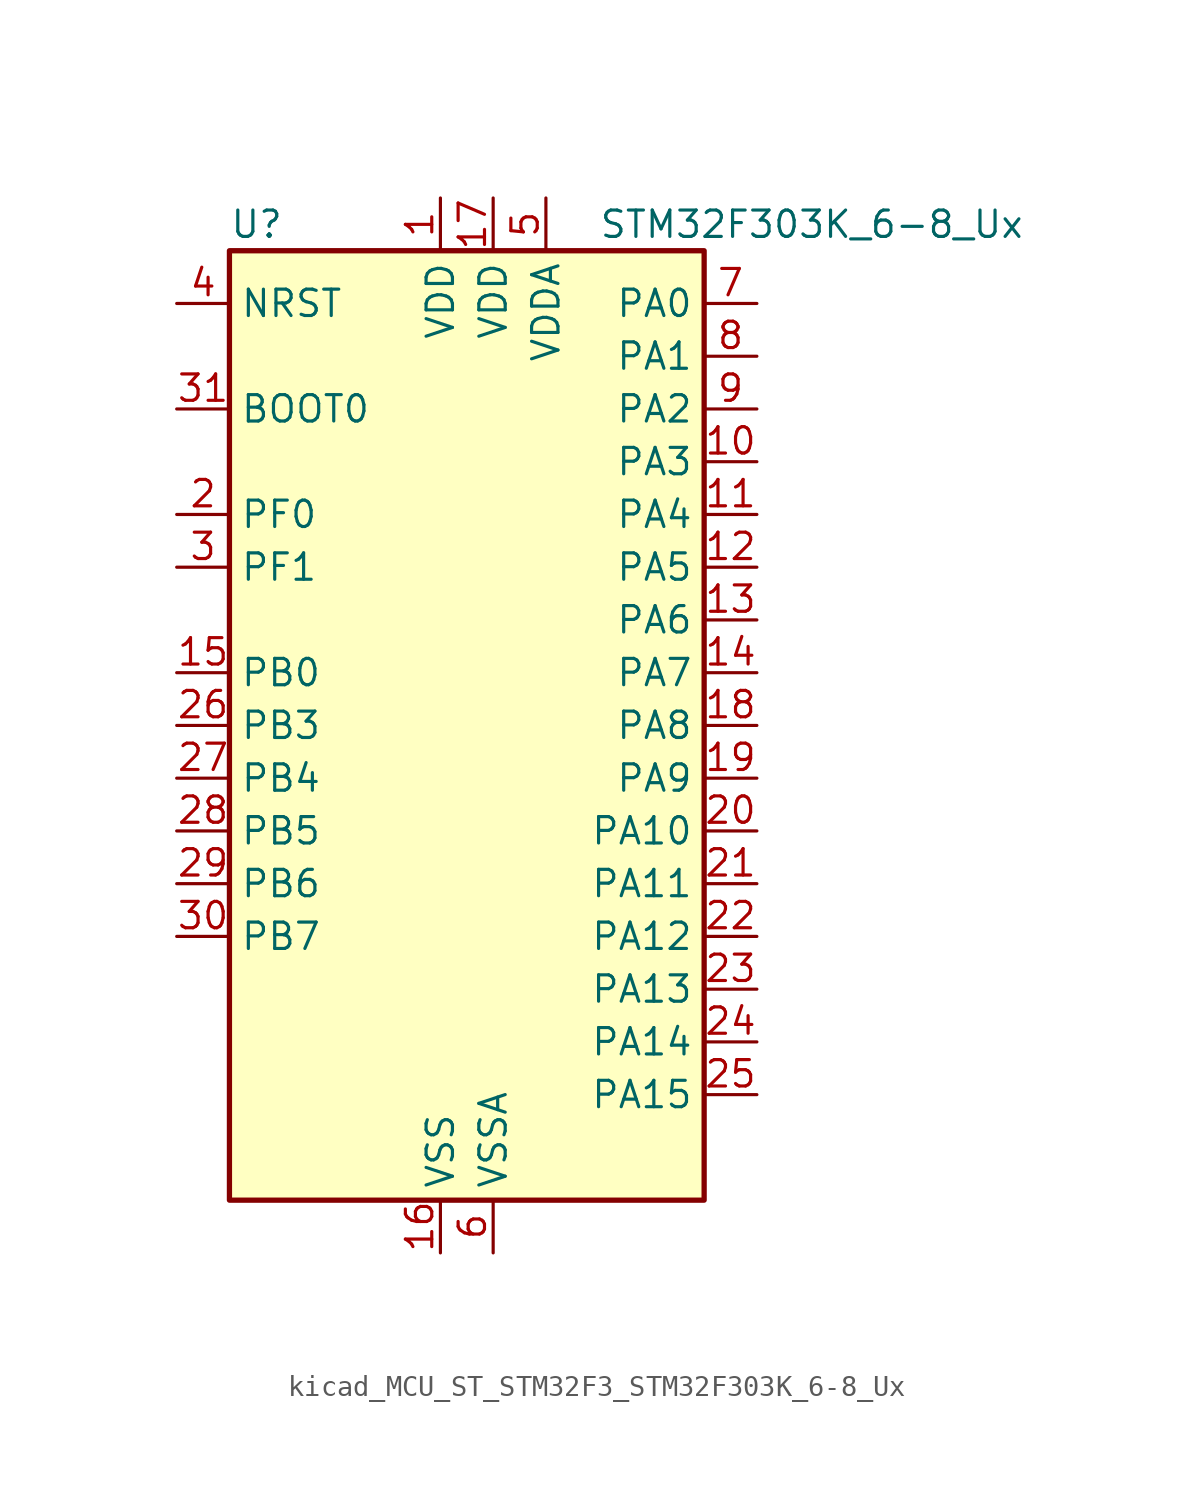
<source format=kicad_sym>
(kicad_symbol_lib
  (version 20220914)
  (generator kicad_symbol_editor)
  (symbol "kicad_MCU_ST_STM32F3_STM32F303K_6-8_Ux"
    (property "Reference" "U"
      (at -10.16 24.13 0)
      (effects (font (size 1.27 1.27)) (justify left)))
    (property "Value" "STM32F303K_6-8_Ux"
      (at 7.62 24.13 0)
      (effects (font (size 1.27 1.27)) (justify left)))
    (property "ki_locked" ""
      (at 0 0 0)
      (effects (font (size 1.27 1.27))))
    (symbol "kicad_MCU_ST_STM32F3_STM32F303K_6-8_Ux_0_1"
      (rectangle (start -10.16 -22.86) (end 12.7 22.86) (stroke (width 0.254) (type default)) (fill (type background))))
    (symbol "kicad_MCU_ST_STM32F3_STM32F303K_6-8_Ux_1_1"
      (pin power_in line (at 0 25.4 270) (length 2.54) (name "VDD" (effects (font (size 1.27 1.27)))) (number "1" (effects (font (size 1.27 1.27)))))
      (pin bidirectional line (at 15.24 12.7 180) (length 2.54) (name "PA3" (effects (font (size 1.27 1.27)))) (number "10" (effects (font (size 1.27 1.27)))) (alternate "ADC1_IN4" bidirectional line) (alternate "TIM15_CH2" bidirectional line) (alternate "TIM2_CH4" bidirectional line) (alternate "TSC_G1_IO4" bidirectional line) (alternate "USART2_RX" bidirectional line))
      (pin bidirectional line (at 15.24 10.16 180) (length 2.54) (name "PA4" (effects (font (size 1.27 1.27)))) (number "11" (effects (font (size 1.27 1.27)))) (alternate "ADC2_IN1" bidirectional line) (alternate "COMP2_INM" bidirectional line) (alternate "COMP4_INM" bidirectional line) (alternate "DAC1_OUT1" bidirectional line) (alternate "SPI1_NSS" bidirectional line) (alternate "TIM3_CH2" bidirectional line) (alternate "TSC_G2_IO1" bidirectional line) (alternate "USART2_CK" bidirectional line))
      (pin bidirectional line (at 15.24 7.62 180) (length 2.54) (name "PA5" (effects (font (size 1.27 1.27)))) (number "12" (effects (font (size 1.27 1.27)))) (alternate "ADC2_IN2" bidirectional line) (alternate "DAC1_OUT2" bidirectional line) (alternate "OPAMP2_VINM" bidirectional line) (alternate "OPAMP2_VINM_SEC" bidirectional line) (alternate "SPI1_SCK" bidirectional line) (alternate "TIM2_CH1" bidirectional line) (alternate "TIM2_ETR" bidirectional line) (alternate "TSC_G2_IO2" bidirectional line))
      (pin bidirectional line (at 15.24 5.08 180) (length 2.54) (name "PA6" (effects (font (size 1.27 1.27)))) (number "13" (effects (font (size 1.27 1.27)))) (alternate "ADC2_IN3" bidirectional line) (alternate "DAC2_OUT1" bidirectional line) (alternate "OPAMP2_VOUT" bidirectional line) (alternate "SPI1_MISO" bidirectional line) (alternate "TIM16_CH1" bidirectional line) (alternate "TIM1_BKIN" bidirectional line) (alternate "TIM3_CH1" bidirectional line) (alternate "TSC_G2_IO3" bidirectional line))
      (pin bidirectional line (at 15.24 2.54 180) (length 2.54) (name "PA7" (effects (font (size 1.27 1.27)))) (number "14" (effects (font (size 1.27 1.27)))) (alternate "ADC2_IN4" bidirectional line) (alternate "COMP2_INP" bidirectional line) (alternate "OPAMP2_VINP" bidirectional line) (alternate "OPAMP2_VINP_SEC" bidirectional line) (alternate "SPI1_MOSI" bidirectional line) (alternate "TIM17_CH1" bidirectional line) (alternate "TIM1_CH1N" bidirectional line) (alternate "TIM3_CH2" bidirectional line) (alternate "TSC_G2_IO4" bidirectional line))
      (pin bidirectional line (at -12.7 2.54 0) (length 2.54) (name "PB0" (effects (font (size 1.27 1.27)))) (number "15" (effects (font (size 1.27 1.27)))) (alternate "ADC1_IN11" bidirectional line) (alternate "COMP4_INP" bidirectional line) (alternate "OPAMP2_VINP" bidirectional line) (alternate "OPAMP2_VINP_SEC" bidirectional line) (alternate "TIM1_CH2N" bidirectional line) (alternate "TIM3_CH3" bidirectional line) (alternate "TSC_G3_IO2" bidirectional line))
      (pin power_in line (at 0 -25.4 90) (length 2.54) (name "VSS" (effects (font (size 1.27 1.27)))) (number "16" (effects (font (size 1.27 1.27)))))
      (pin power_in line (at 2.54 25.4 270) (length 2.54) (name "VDD" (effects (font (size 1.27 1.27)))) (number "17" (effects (font (size 1.27 1.27)))))
      (pin bidirectional line (at 15.24 0 180) (length 2.54) (name "PA8" (effects (font (size 1.27 1.27)))) (number "18" (effects (font (size 1.27 1.27)))) (alternate "RCC_MCO" bidirectional line) (alternate "TIM1_CH1" bidirectional line) (alternate "USART1_CK" bidirectional line))
      (pin bidirectional line (at 15.24 -2.54 180) (length 2.54) (name "PA9" (effects (font (size 1.27 1.27)))) (number "19" (effects (font (size 1.27 1.27)))) (alternate "DAC1_EXTI9" bidirectional line) (alternate "DAC2_EXTI9" bidirectional line) (alternate "TIM15_BKIN" bidirectional line) (alternate "TIM1_CH2" bidirectional line) (alternate "TIM2_CH3" bidirectional line) (alternate "TSC_G4_IO1" bidirectional line) (alternate "USART1_TX" bidirectional line))
      (pin bidirectional line (at -12.7 10.16 0) (length 2.54) (name "PF0" (effects (font (size 1.27 1.27)))) (number "2" (effects (font (size 1.27 1.27)))) (alternate "RCC_OSC_IN" bidirectional line) (alternate "TIM1_CH3N" bidirectional line))
      (pin bidirectional line (at 15.24 -5.08 180) (length 2.54) (name "PA10" (effects (font (size 1.27 1.27)))) (number "20" (effects (font (size 1.27 1.27)))) (alternate "TIM17_BKIN" bidirectional line) (alternate "TIM1_CH3" bidirectional line) (alternate "TIM2_CH4" bidirectional line) (alternate "TSC_G4_IO2" bidirectional line) (alternate "USART1_RX" bidirectional line))
      (pin bidirectional line (at 15.24 -7.62 180) (length 2.54) (name "PA11" (effects (font (size 1.27 1.27)))) (number "21" (effects (font (size 1.27 1.27)))) (alternate "CAN_RX" bidirectional line) (alternate "TIM1_BKIN2" bidirectional line) (alternate "TIM1_CH1N" bidirectional line) (alternate "TIM1_CH4" bidirectional line) (alternate "USART1_CTS" bidirectional line))
      (pin bidirectional line (at 15.24 -10.16 180) (length 2.54) (name "PA12" (effects (font (size 1.27 1.27)))) (number "22" (effects (font (size 1.27 1.27)))) (alternate "CAN_TX" bidirectional line) (alternate "COMP2_OUT" bidirectional line) (alternate "TIM16_CH1" bidirectional line) (alternate "TIM1_CH2N" bidirectional line) (alternate "TIM1_ETR" bidirectional line) (alternate "USART1_DE" bidirectional line) (alternate "USART1_RTS" bidirectional line))
      (pin bidirectional line (at 15.24 -12.7 180) (length 2.54) (name "PA13" (effects (font (size 1.27 1.27)))) (number "23" (effects (font (size 1.27 1.27)))) (alternate "IR_OUT" bidirectional line) (alternate "SYS_JTMS-SWDIO" bidirectional line) (alternate "TIM16_CH1N" bidirectional line) (alternate "TSC_G4_IO3" bidirectional line))
      (pin bidirectional line (at 15.24 -15.24 180) (length 2.54) (name "PA14" (effects (font (size 1.27 1.27)))) (number "24" (effects (font (size 1.27 1.27)))) (alternate "I2C1_SDA" bidirectional line) (alternate "SYS_JTCK-SWCLK" bidirectional line) (alternate "TIM1_BKIN" bidirectional line) (alternate "TSC_G4_IO4" bidirectional line) (alternate "USART2_TX" bidirectional line))
      (pin bidirectional line (at 15.24 -17.78 180) (length 2.54) (name "PA15" (effects (font (size 1.27 1.27)))) (number "25" (effects (font (size 1.27 1.27)))) (alternate "I2C1_SCL" bidirectional line) (alternate "SPI1_NSS" bidirectional line) (alternate "SYS_JTDI" bidirectional line) (alternate "TIM1_BKIN" bidirectional line) (alternate "TIM2_CH1" bidirectional line) (alternate "TIM2_ETR" bidirectional line) (alternate "TSC_SYNC" bidirectional line) (alternate "USART2_RX" bidirectional line))
      (pin bidirectional line (at -12.7 0 0) (length 2.54) (name "PB3" (effects (font (size 1.27 1.27)))) (number "26" (effects (font (size 1.27 1.27)))) (alternate "SPI1_SCK" bidirectional line) (alternate "SYS_JTDO-TRACESWO" bidirectional line) (alternate "TIM2_CH2" bidirectional line) (alternate "TIM3_ETR" bidirectional line) (alternate "TSC_G5_IO1" bidirectional line) (alternate "USART2_TX" bidirectional line))
      (pin bidirectional line (at -12.7 -2.54 0) (length 2.54) (name "PB4" (effects (font (size 1.27 1.27)))) (number "27" (effects (font (size 1.27 1.27)))) (alternate "SPI1_MISO" bidirectional line) (alternate "SYS_NJTRST" bidirectional line) (alternate "TIM16_CH1" bidirectional line) (alternate "TIM17_BKIN" bidirectional line) (alternate "TIM3_CH1" bidirectional line) (alternate "TSC_G5_IO2" bidirectional line) (alternate "USART2_RX" bidirectional line))
      (pin bidirectional line (at -12.7 -5.08 0) (length 2.54) (name "PB5" (effects (font (size 1.27 1.27)))) (number "28" (effects (font (size 1.27 1.27)))) (alternate "I2C1_SMBA" bidirectional line) (alternate "SPI1_MOSI" bidirectional line) (alternate "TIM16_BKIN" bidirectional line) (alternate "TIM17_CH1" bidirectional line) (alternate "TIM3_CH2" bidirectional line) (alternate "USART2_CK" bidirectional line))
      (pin bidirectional line (at -12.7 -7.62 0) (length 2.54) (name "PB6" (effects (font (size 1.27 1.27)))) (number "29" (effects (font (size 1.27 1.27)))) (alternate "I2C1_SCL" bidirectional line) (alternate "TIM16_CH1N" bidirectional line) (alternate "TSC_G5_IO3" bidirectional line) (alternate "USART1_TX" bidirectional line))
      (pin bidirectional line (at -12.7 7.62 0) (length 2.54) (name "PF1" (effects (font (size 1.27 1.27)))) (number "3" (effects (font (size 1.27 1.27)))) (alternate "RCC_OSC_OUT" bidirectional line))
      (pin bidirectional line (at -12.7 -10.16 0) (length 2.54) (name "PB7" (effects (font (size 1.27 1.27)))) (number "30" (effects (font (size 1.27 1.27)))) (alternate "I2C1_SDA" bidirectional line) (alternate "TIM17_CH1N" bidirectional line) (alternate "TIM3_CH4" bidirectional line) (alternate "TSC_G5_IO4" bidirectional line) (alternate "USART1_RX" bidirectional line))
      (pin input line (at -12.7 15.24 0) (length 2.54) (name "BOOT0" (effects (font (size 1.27 1.27)))) (number "31" (effects (font (size 1.27 1.27)))))
      (pin passive line (at 0 -25.4 90) (length 2.54) hide (name "VSS" (effects (font (size 1.27 1.27)))) (number "32" (effects (font (size 1.27 1.27)))))
      (pin passive line (at 0 -25.4 90) (length 2.54) hide (name "VSS" (effects (font (size 1.27 1.27)))) (number "33" (effects (font (size 1.27 1.27)))))
      (pin input line (at -12.7 20.32 0) (length 2.54) (name "NRST" (effects (font (size 1.27 1.27)))) (number "4" (effects (font (size 1.27 1.27)))))
      (pin power_in line (at 5.08 25.4 270) (length 2.54) (name "VDDA" (effects (font (size 1.27 1.27)))) (number "5" (effects (font (size 1.27 1.27)))))
      (pin power_in line (at 2.54 -25.4 90) (length 2.54) (name "VSSA" (effects (font (size 1.27 1.27)))) (number "6" (effects (font (size 1.27 1.27)))))
      (pin bidirectional line (at 15.24 20.32 180) (length 2.54) (name "PA0" (effects (font (size 1.27 1.27)))) (number "7" (effects (font (size 1.27 1.27)))) (alternate "ADC1_IN1" bidirectional line) (alternate "RTC_TAMP2" bidirectional line) (alternate "SYS_WKUP1" bidirectional line) (alternate "TIM2_CH1" bidirectional line) (alternate "TIM2_ETR" bidirectional line) (alternate "TSC_G1_IO1" bidirectional line) (alternate "USART2_CTS" bidirectional line))
      (pin bidirectional line (at 15.24 17.78 180) (length 2.54) (name "PA1" (effects (font (size 1.27 1.27)))) (number "8" (effects (font (size 1.27 1.27)))) (alternate "ADC1_IN2" bidirectional line) (alternate "RTC_REFIN" bidirectional line) (alternate "TIM15_CH1N" bidirectional line) (alternate "TIM2_CH2" bidirectional line) (alternate "TSC_G1_IO2" bidirectional line) (alternate "USART2_DE" bidirectional line) (alternate "USART2_RTS" bidirectional line))
      (pin bidirectional line (at 15.24 15.24 180) (length 2.54) (name "PA2" (effects (font (size 1.27 1.27)))) (number "9" (effects (font (size 1.27 1.27)))) (alternate "ADC1_IN3" bidirectional line) (alternate "COMP2_INM" bidirectional line) (alternate "COMP2_OUT" bidirectional line) (alternate "TIM15_CH1" bidirectional line) (alternate "TIM2_CH3" bidirectional line) (alternate "TSC_G1_IO3" bidirectional line) (alternate "USART2_TX" bidirectional line)))))
</source>
